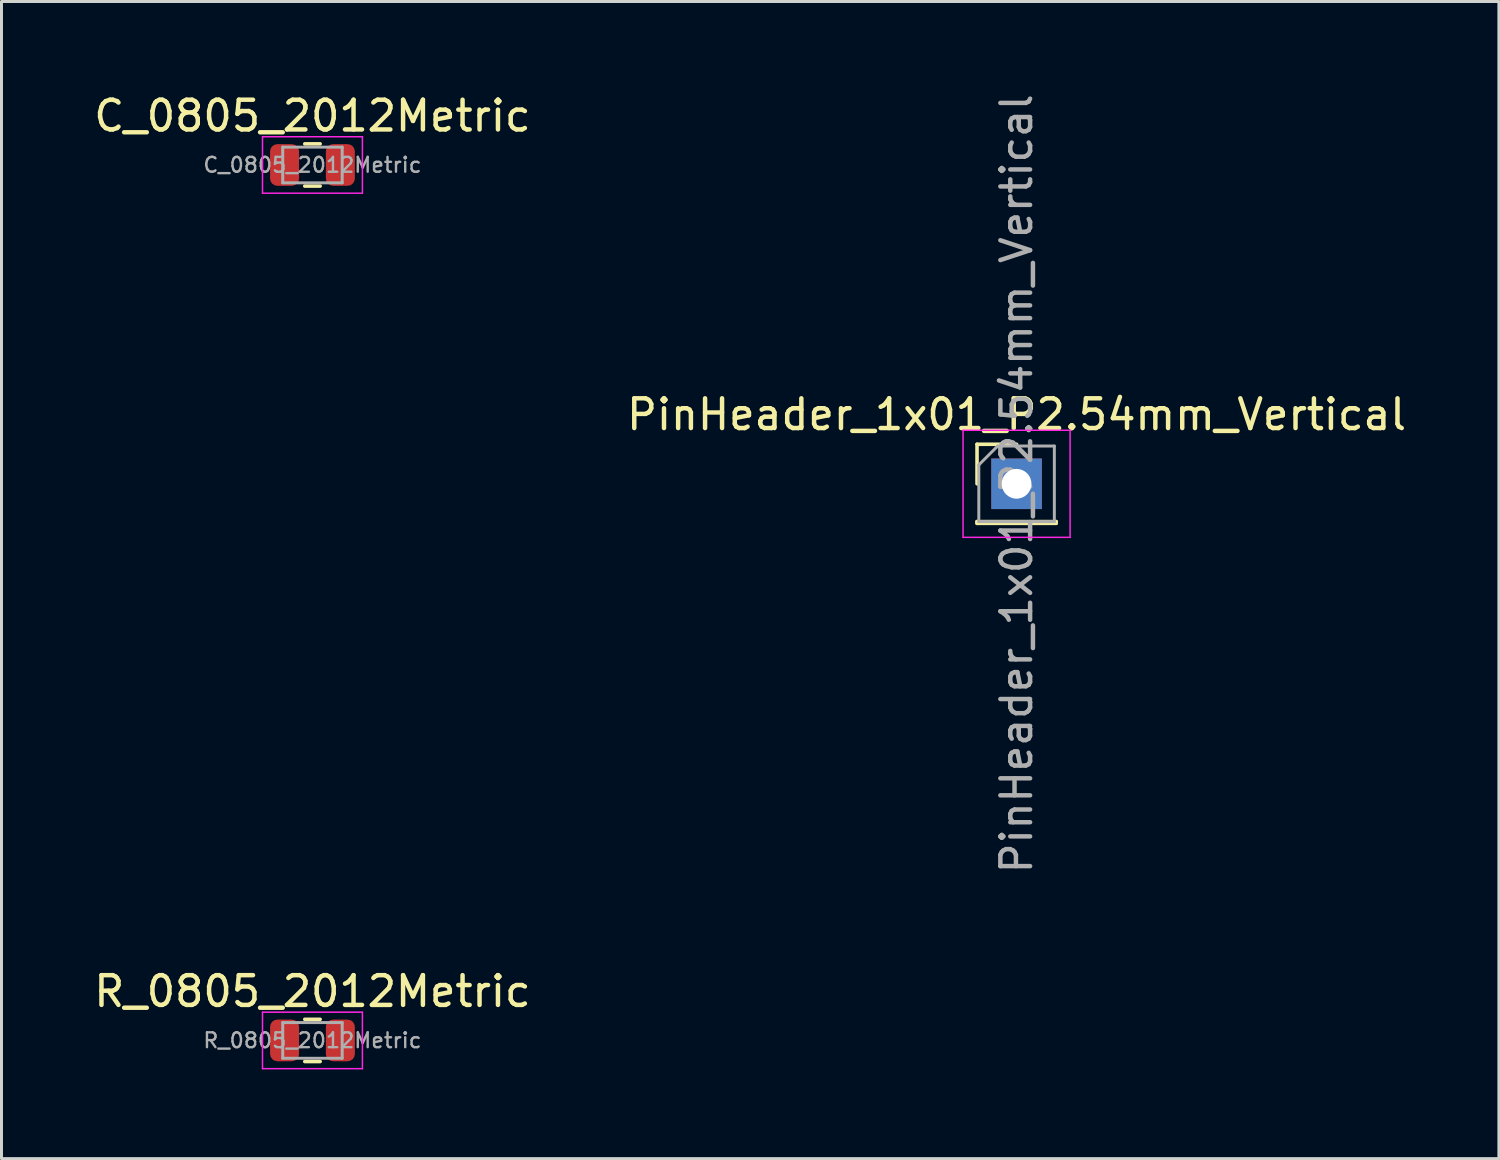
<source format=kicad_pcb>
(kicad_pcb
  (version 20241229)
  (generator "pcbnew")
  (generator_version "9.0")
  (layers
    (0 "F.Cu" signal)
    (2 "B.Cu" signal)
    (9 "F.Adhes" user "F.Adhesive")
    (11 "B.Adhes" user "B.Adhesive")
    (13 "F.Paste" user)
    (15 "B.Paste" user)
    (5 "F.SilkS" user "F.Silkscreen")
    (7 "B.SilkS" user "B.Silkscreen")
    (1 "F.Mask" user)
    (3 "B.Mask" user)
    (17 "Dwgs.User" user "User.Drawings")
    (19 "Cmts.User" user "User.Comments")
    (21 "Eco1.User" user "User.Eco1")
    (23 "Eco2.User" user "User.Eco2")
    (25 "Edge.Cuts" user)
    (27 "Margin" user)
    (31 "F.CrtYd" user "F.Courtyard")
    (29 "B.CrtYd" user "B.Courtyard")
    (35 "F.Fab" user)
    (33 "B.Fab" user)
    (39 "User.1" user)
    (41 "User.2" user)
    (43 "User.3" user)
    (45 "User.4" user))
  (footprint "PinHeader_1x01_P2.54mm_Vertical"
    (layer "F.Cu")
    (at 31.137 13.22)
    (property "Reference" "PinHeader_1x01_P2.54mm_Vertical" (at 0 -2.33 0) (layer "F.SilkS") (effects (font (size 1 1) (thickness 0.15))))
    (attr through_hole)
    (fp_line (start -1.33 -1.33) (end 0 -1.33) (stroke (width 0.12) (type solid)) (layer "F.SilkS"))
    (fp_line (start -1.33 0) (end -1.33 -1.33) (stroke (width 0.12) (type solid)) (layer "F.SilkS"))
    (fp_line (start -1.33 1.27) (end -1.33 1.33) (stroke (width 0.12) (type solid)) (layer "F.SilkS"))
    (fp_line (start -1.33 1.27) (end 1.33 1.27) (stroke (width 0.12) (type solid)) (layer "F.SilkS"))
    (fp_line (start -1.33 1.33) (end 1.33 1.33) (stroke (width 0.12) (type solid)) (layer "F.SilkS"))
    (fp_line (start 1.33 1.27) (end 1.33 1.33) (stroke (width 0.12) (type solid)) (layer "F.SilkS"))
    (fp_line (start -1.8 -1.8) (end -1.8 1.8) (stroke (width 0.05) (type solid)) (layer "F.CrtYd"))
    (fp_line (start -1.8 1.8) (end 1.8 1.8) (stroke (width 0.05) (type solid)) (layer "F.CrtYd"))
    (fp_line (start 1.8 -1.8) (end -1.8 -1.8) (stroke (width 0.05) (type solid)) (layer "F.CrtYd"))
    (fp_line (start 1.8 1.8) (end 1.8 -1.8) (stroke (width 0.05) (type solid)) (layer "F.CrtYd"))
    (fp_line (start -1.27 -0.635) (end -0.635 -1.27) (stroke (width 0.1) (type solid)) (layer "F.Fab"))
    (fp_line (start -1.27 1.27) (end -1.27 -0.635) (stroke (width 0.1) (type solid)) (layer "F.Fab"))
    (fp_line (start -0.635 -1.27) (end 1.27 -1.27) (stroke (width 0.1) (type solid)) (layer "F.Fab"))
    (fp_line (start 1.27 -1.27) (end 1.27 1.27) (stroke (width 0.1) (type solid)) (layer "F.Fab"))
    (fp_line (start 1.27 1.27) (end -1.27 1.27) (stroke (width 0.1) (type solid)) (layer "F.Fab"))
    (fp_text user "${REFERENCE}" (at 0 0 90) (layer "F.Fab") (effects (font (size 1 1) (thickness 0.15))))
    (pad "1" thru_hole rect (at 0 0) (size 1.7 1.7) (drill 1) (layers "*.Cu" "*.Mask")))
  (footprint "R_0805_2012Metric"
    (layer "F.Cu")
    (at 7.458 31.939)
    (property "Reference" "R_0805_2012Metric" (at 0 -1.65 0) (layer "F.SilkS") (effects (font (size 1 1) (thickness 0.15))))
    (attr smd)
    (fp_line (start -0.259 -0.71) (end 0.259 -0.71) (stroke (width 0.12) (type solid)) (layer "F.SilkS"))
    (fp_line (start -0.259 0.71) (end 0.259 0.71) (stroke (width 0.12) (type solid)) (layer "F.SilkS"))
    (fp_line (start -1.68 -0.95) (end 1.68 -0.95) (stroke (width 0.05) (type solid)) (layer "F.CrtYd"))
    (fp_line (start -1.68 0.95) (end -1.68 -0.95) (stroke (width 0.05) (type solid)) (layer "F.CrtYd"))
    (fp_line (start 1.68 -0.95) (end 1.68 0.95) (stroke (width 0.05) (type solid)) (layer "F.CrtYd"))
    (fp_line (start 1.68 0.95) (end -1.68 0.95) (stroke (width 0.05) (type solid)) (layer "F.CrtYd"))
    (fp_line (start -1 -0.6) (end 1 -0.6) (stroke (width 0.1) (type solid)) (layer "F.Fab"))
    (fp_line (start -1 0.6) (end -1 -0.6) (stroke (width 0.1) (type solid)) (layer "F.Fab"))
    (fp_line (start 1 -0.6) (end 1 0.6) (stroke (width 0.1) (type solid)) (layer "F.Fab"))
    (fp_line (start 1 0.6) (end -1 0.6) (stroke (width 0.1) (type solid)) (layer "F.Fab"))
    (fp_text user "${REFERENCE}" (at 0 0 0) (layer "F.Fab") (effects (font (size 0.5 0.5) (thickness 0.08))))
    (pad "1" smd roundrect (at -0.938 0) (size 0.975 1.4) (layers "F.Cu" "F.Mask" "F.Paste") (roundrect_rratio 0.25))
    (pad "2" smd roundrect (at 0.938 0) (size 0.975 1.4) (layers "F.Cu" "F.Mask" "F.Paste") (roundrect_rratio 0.25)))
  (footprint "C_0805_2012Metric"
    (layer "F.Cu")
    (at 7.458 2.498)
    (property "Reference" "C_0805_2012Metric" (at 0 -1.65 0) (layer "F.SilkS") (effects (font (size 1 1) (thickness 0.15))))
    (attr smd)
    (fp_line (start -0.259 -0.71) (end 0.259 -0.71) (stroke (width 0.12) (type solid)) (layer "F.SilkS"))
    (fp_line (start -0.259 0.71) (end 0.259 0.71) (stroke (width 0.12) (type solid)) (layer "F.SilkS"))
    (fp_line (start -1.68 -0.95) (end 1.68 -0.95) (stroke (width 0.05) (type solid)) (layer "F.CrtYd"))
    (fp_line (start -1.68 0.95) (end -1.68 -0.95) (stroke (width 0.05) (type solid)) (layer "F.CrtYd"))
    (fp_line (start 1.68 -0.95) (end 1.68 0.95) (stroke (width 0.05) (type solid)) (layer "F.CrtYd"))
    (fp_line (start 1.68 0.95) (end -1.68 0.95) (stroke (width 0.05) (type solid)) (layer "F.CrtYd"))
    (fp_line (start -1 -0.6) (end 1 -0.6) (stroke (width 0.1) (type solid)) (layer "F.Fab"))
    (fp_line (start -1 0.6) (end -1 -0.6) (stroke (width 0.1) (type solid)) (layer "F.Fab"))
    (fp_line (start 1 -0.6) (end 1 0.6) (stroke (width 0.1) (type solid)) (layer "F.Fab"))
    (fp_line (start 1 0.6) (end -1 0.6) (stroke (width 0.1) (type solid)) (layer "F.Fab"))
    (fp_text user "${REFERENCE}" (at 0 0 0) (layer "F.Fab") (effects (font (size 0.5 0.5) (thickness 0.08))))
    (pad "1" smd roundrect (at -0.938 0) (size 0.975 1.4) (layers "F.Cu" "F.Mask" "F.Paste") (roundrect_rratio 0.25))
    (pad "2" smd roundrect (at 0.938 0) (size 0.975 1.4) (layers "F.Cu" "F.Mask" "F.Paste") (roundrect_rratio 0.25)))
  (gr_rect
    (start -3 -3)
    (end 47.357 35.914)
    (stroke (width 0.1) (type default))
    (fill no)
    (layer "Edge.Cuts")))
</source>
